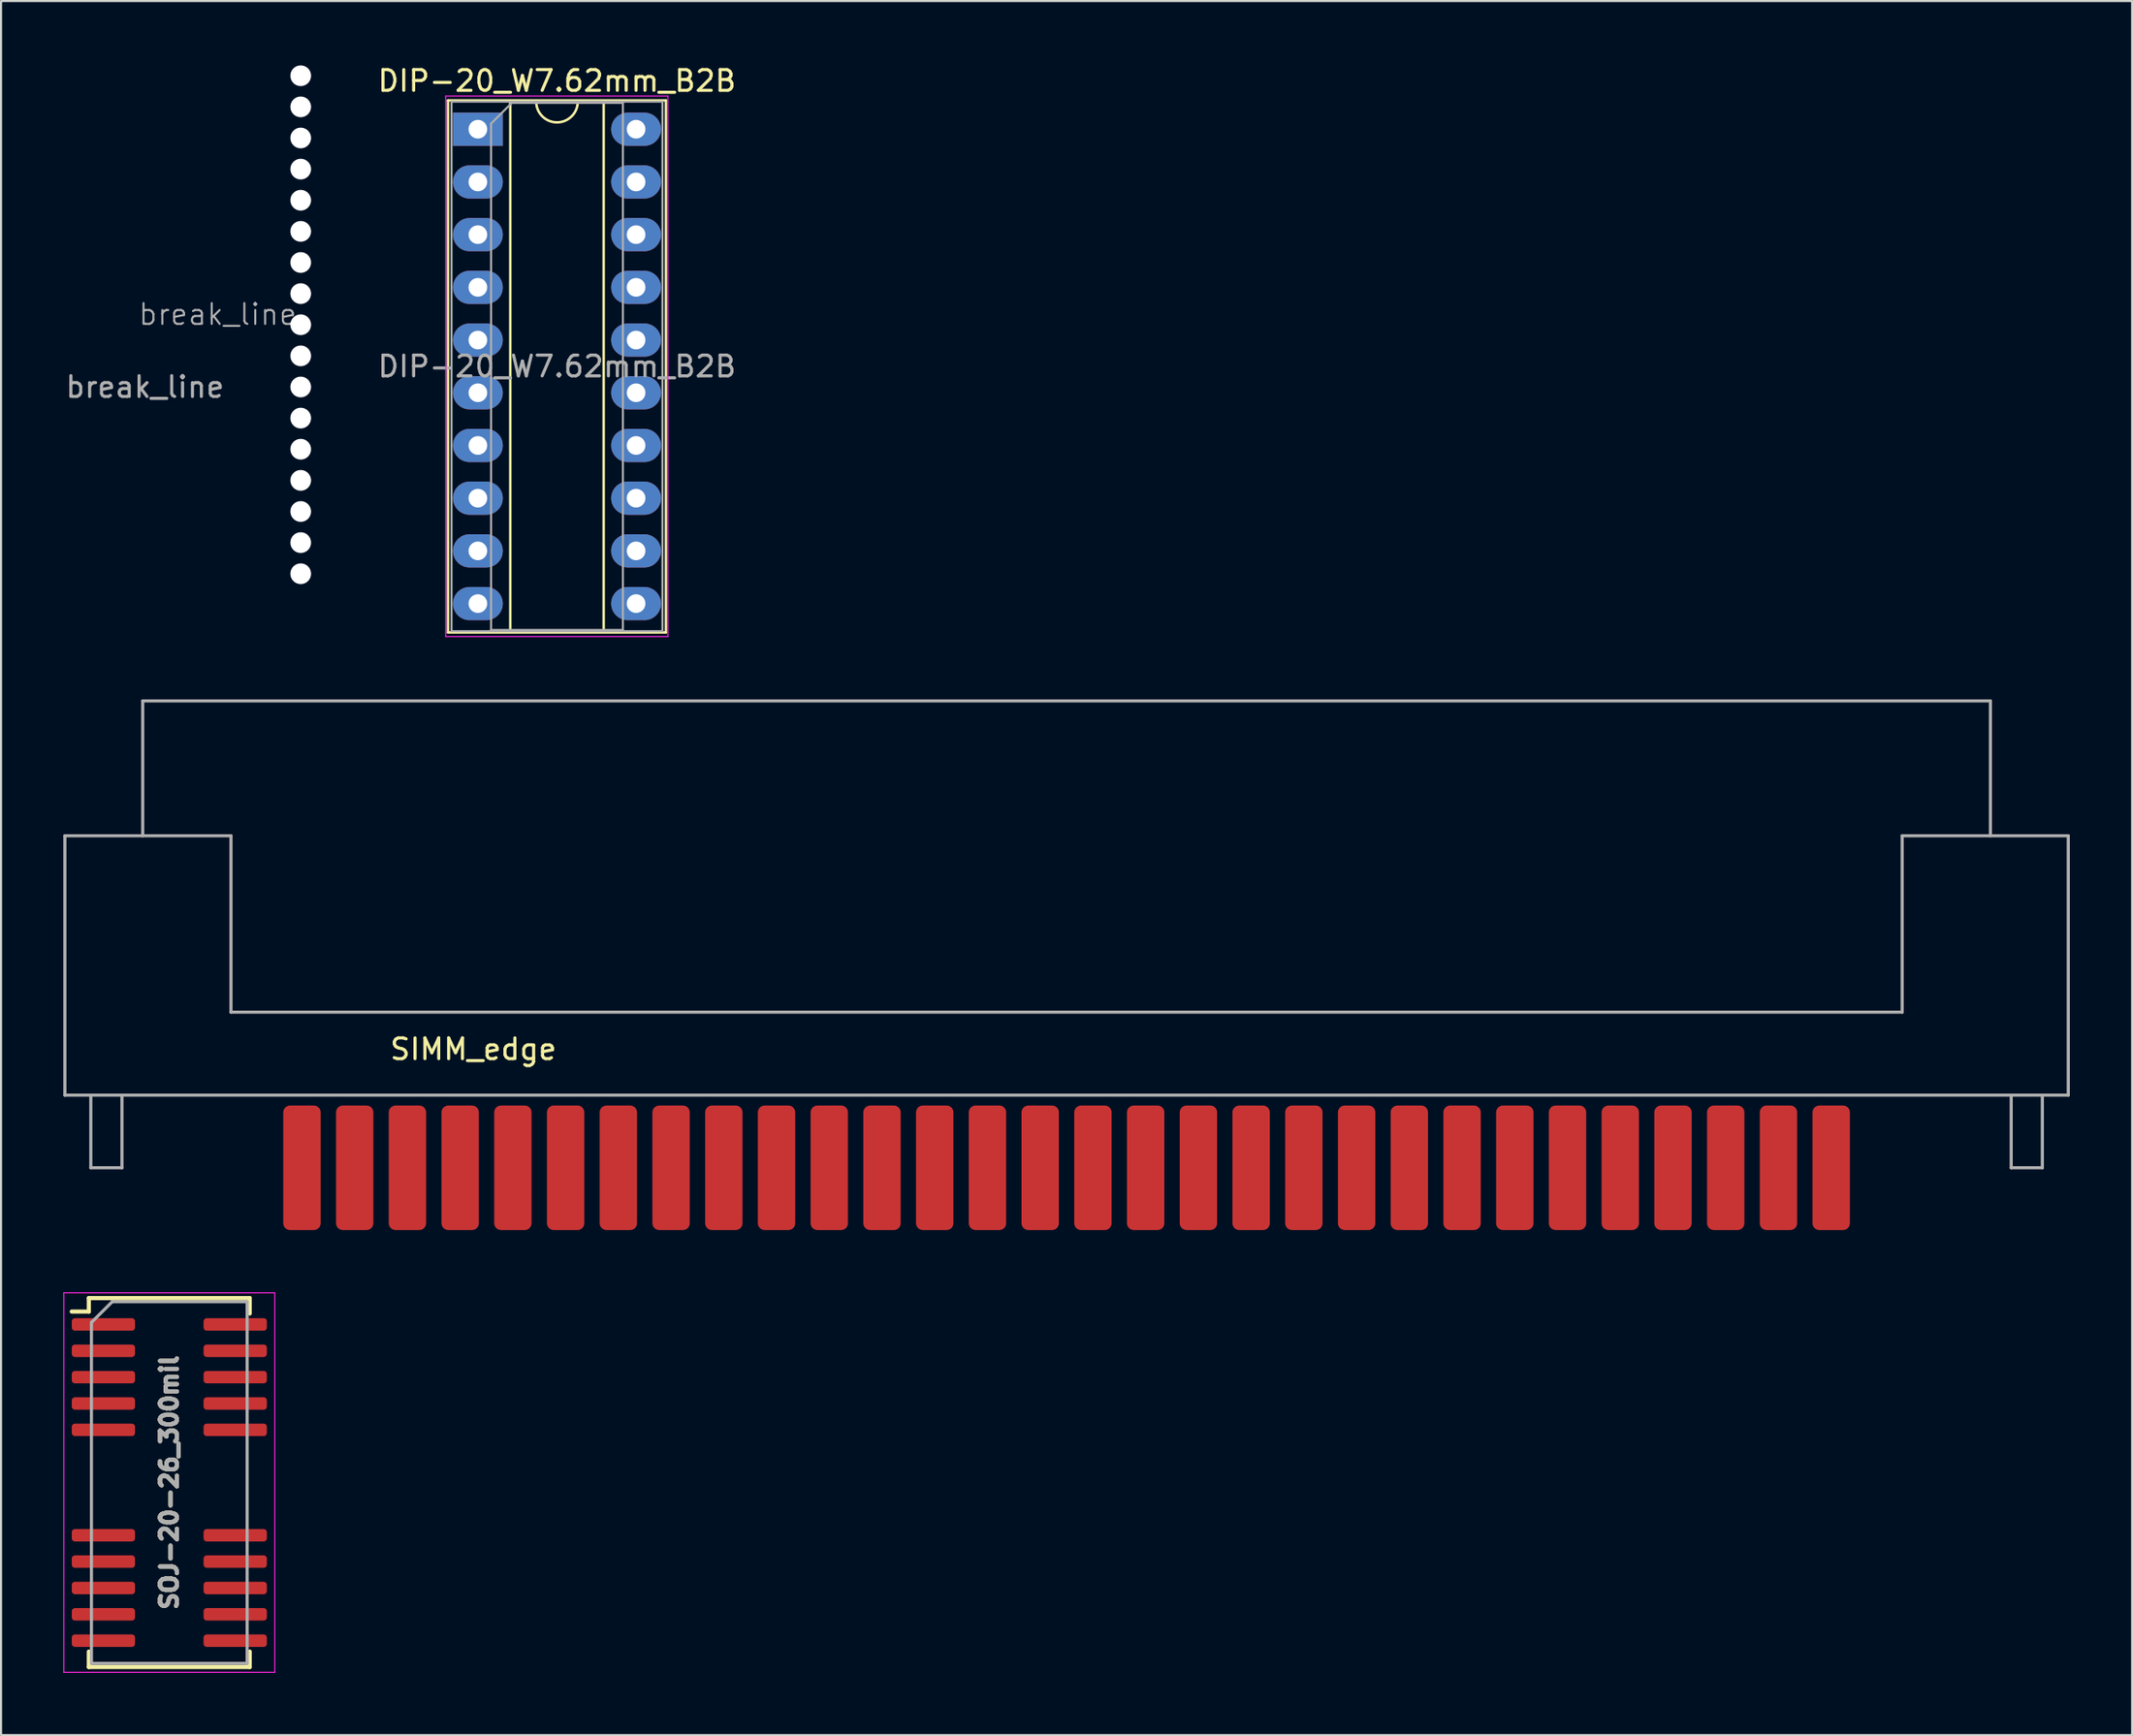
<source format=kicad_pcb>
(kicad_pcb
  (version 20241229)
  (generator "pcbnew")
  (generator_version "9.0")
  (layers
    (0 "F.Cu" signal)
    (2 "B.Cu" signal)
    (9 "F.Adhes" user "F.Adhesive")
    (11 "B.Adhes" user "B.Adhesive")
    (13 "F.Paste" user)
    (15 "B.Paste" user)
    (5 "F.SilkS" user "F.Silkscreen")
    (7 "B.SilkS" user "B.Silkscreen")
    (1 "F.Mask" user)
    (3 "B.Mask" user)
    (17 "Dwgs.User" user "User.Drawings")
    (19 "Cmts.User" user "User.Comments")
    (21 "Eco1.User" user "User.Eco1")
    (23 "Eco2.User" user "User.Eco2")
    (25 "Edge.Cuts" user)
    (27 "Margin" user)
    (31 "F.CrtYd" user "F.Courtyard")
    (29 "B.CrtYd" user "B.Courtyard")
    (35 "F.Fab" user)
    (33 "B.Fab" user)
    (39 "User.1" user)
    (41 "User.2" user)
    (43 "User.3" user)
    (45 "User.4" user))
  (footprint "SOJ-20-26_300mil"
    (layer "F.Cu")
    (at 5.105 68.397)
    (property "Reference" "SOJ-20-26_300mil" (at 0 0 90) (layer "F.Fab") (effects (font (size 0.813 0.813) (thickness 0.203))))
    (attr smd)
    (fp_line (start -3.875 -8.89) (end -3.875 -8.24) (stroke (width 0.2) (type solid)) (layer "F.SilkS"))
    (fp_line (start -3.875 -8.89) (end 3.875 -8.89) (stroke (width 0.2) (type solid)) (layer "F.SilkS"))
    (fp_line (start -3.875 -8.24) (end -4.7 -8.24) (stroke (width 0.2) (type solid)) (layer "F.SilkS"))
    (fp_line (start -3.875 8.89) (end -3.875 8.145) (stroke (width 0.2) (type solid)) (layer "F.SilkS"))
    (fp_line (start -3.875 8.89) (end 3.875 8.89) (stroke (width 0.2) (type solid)) (layer "F.SilkS"))
    (fp_line (start 3.875 -8.89) (end 3.875 -8.145) (stroke (width 0.2) (type solid)) (layer "F.SilkS"))
    (fp_line (start 3.875 8.89) (end 3.875 8.145) (stroke (width 0.2) (type solid)) (layer "F.SilkS"))
    (fp_line (start -5.08 -9.144) (end -5.08 9.144) (stroke (width 0.05) (type solid)) (layer "F.CrtYd"))
    (fp_line (start -5.08 -9.144) (end 5.08 -9.144) (stroke (width 0.05) (type solid)) (layer "F.CrtYd"))
    (fp_line (start -5.08 9.144) (end 5.08 9.144) (stroke (width 0.05) (type solid)) (layer "F.CrtYd"))
    (fp_line (start 5.08 -9.144) (end 5.08 9.144) (stroke (width 0.05) (type solid)) (layer "F.CrtYd"))
    (fp_line (start -3.75 -7.715) (end -2.75 -8.715) (stroke (width 0.15) (type solid)) (layer "F.Fab"))
    (fp_line (start -3.75 8.715) (end -3.75 -7.715) (stroke (width 0.15) (type solid)) (layer "F.Fab"))
    (fp_line (start -2.75 -8.715) (end 3.75 -8.715) (stroke (width 0.15) (type solid)) (layer "F.Fab"))
    (fp_line (start 3.75 -8.715) (end 3.75 8.715) (stroke (width 0.15) (type solid)) (layer "F.Fab"))
    (fp_line (start 3.75 8.715) (end -3.75 8.715) (stroke (width 0.15) (type solid)) (layer "F.Fab"))
    (fp_text user "${REFERENCE}" (at 0 0 90) (layer "F.SilkS") (effects (font (size 0.813 0.813) (thickness 0.203))))
    (pad "1" smd roundrect (at -3.175 -7.62) (size 3.048 0.6) (layers "F.Cu" "F.Mask" "F.Paste") (roundrect_rratio 0.25))
    (pad "2" smd roundrect (at -3.175 -6.35) (size 3.048 0.6) (layers "F.Cu" "F.Mask" "F.Paste") (roundrect_rratio 0.25))
    (pad "3" smd roundrect (at -3.175 -5.08) (size 3.048 0.6) (layers "F.Cu" "F.Mask" "F.Paste") (roundrect_rratio 0.25))
    (pad "4" smd roundrect (at -3.175 -3.81) (size 3.048 0.6) (layers "F.Cu" "F.Mask" "F.Paste") (roundrect_rratio 0.25))
    (pad "5" smd roundrect (at -3.175 -2.54) (size 3.048 0.6) (layers "F.Cu" "F.Mask" "F.Paste") (roundrect_rratio 0.25))
    (pad "6" smd roundrect (at -3.175 2.54) (size 3.048 0.6) (layers "F.Cu" "F.Mask" "F.Paste") (roundrect_rratio 0.25))
    (pad "7" smd roundrect (at -3.175 3.81) (size 3.048 0.6) (layers "F.Cu" "F.Mask" "F.Paste") (roundrect_rratio 0.25))
    (pad "8" smd roundrect (at -3.175 5.08) (size 3.048 0.6) (layers "F.Cu" "F.Mask" "F.Paste") (roundrect_rratio 0.25))
    (pad "9" smd roundrect (at -3.175 6.35) (size 3.048 0.6) (layers "F.Cu" "F.Mask" "F.Paste") (roundrect_rratio 0.25))
    (pad "10" smd roundrect (at -3.175 7.62) (size 3.048 0.6) (layers "F.Cu" "F.Mask" "F.Paste") (roundrect_rratio 0.25))
    (pad "11" smd roundrect (at 3.175 7.62) (size 3.048 0.6) (layers "F.Cu" "F.Mask" "F.Paste") (roundrect_rratio 0.25))
    (pad "12" smd roundrect (at 3.175 6.35) (size 3.048 0.6) (layers "F.Cu" "F.Mask" "F.Paste") (roundrect_rratio 0.25))
    (pad "13" smd roundrect (at 3.175 5.08) (size 3.048 0.6) (layers "F.Cu" "F.Mask" "F.Paste") (roundrect_rratio 0.25))
    (pad "14" smd roundrect (at 3.175 3.81) (size 3.048 0.6) (layers "F.Cu" "F.Mask" "F.Paste") (roundrect_rratio 0.25))
    (pad "15" smd roundrect (at 3.175 2.54) (size 3.048 0.6) (layers "F.Cu" "F.Mask" "F.Paste") (roundrect_rratio 0.25))
    (pad "16" smd roundrect (at 3.175 -2.54) (size 3.048 0.6) (layers "F.Cu" "F.Mask" "F.Paste") (roundrect_rratio 0.25))
    (pad "17" smd roundrect (at 3.175 -3.81) (size 3.048 0.6) (layers "F.Cu" "F.Mask" "F.Paste") (roundrect_rratio 0.25))
    (pad "18" smd roundrect (at 3.175 -5.08) (size 3.048 0.6) (layers "F.Cu" "F.Mask" "F.Paste") (roundrect_rratio 0.25))
    (pad "19" smd roundrect (at 3.175 -6.35) (size 3.048 0.6) (layers "F.Cu" "F.Mask" "F.Paste") (roundrect_rratio 0.25))
    (pad "20" smd roundrect (at 3.175 -7.62) (size 3.048 0.6) (layers "F.Cu" "F.Mask" "F.Paste") (roundrect_rratio 0.25)))
  (footprint "break_line"
    (layer "F.Cu")
    (at 11.435 12.6)
    (property "Reference" "break_line" (at -4 -0.5 0) (unlocked yes) (layer "F.Fab") (effects (font (size 1 1) (thickness 0.1))))
    (attr through_hole)
    (fp_text user "${REFERENCE}" (at -7.5 3 0) (unlocked yes) (layer "F.Fab") (effects (font (size 1 1) (thickness 0.15))))
    (pad "" np_thru_hole circle (at 0 -12) (size 1 1) (drill 1.2) (layers "*.Cu"))
    (pad "" np_thru_hole circle (at 0 -10.5) (size 1 1) (drill 1.2) (layers "*.Cu"))
    (pad "" np_thru_hole circle (at 0 -9) (size 1 1) (drill 1.2) (layers "*.Cu"))
    (pad "" np_thru_hole circle (at 0 -7.5) (size 1 1) (drill 1.2) (layers "*.Cu"))
    (pad "" np_thru_hole circle (at 0 -6) (size 1 1) (drill 1.2) (layers "*.Cu"))
    (pad "" np_thru_hole circle (at 0 -4.5) (size 1 1) (drill 1.2) (layers "*.Cu"))
    (pad "" np_thru_hole circle (at 0 -3) (size 1 1) (drill 1.2) (layers "*.Cu"))
    (pad "" np_thru_hole circle (at 0 -1.5) (size 1 1) (drill 1.2) (layers "*.Cu"))
    (pad "" np_thru_hole circle (at 0 0) (size 1 1) (drill 1.2) (layers "*.Cu"))
    (pad "" np_thru_hole circle (at 0 1.5) (size 1 1) (drill 1.2) (layers "*.Cu"))
    (pad "" np_thru_hole circle (at 0 3) (size 1 1) (drill 1.2) (layers "*.Cu"))
    (pad "" np_thru_hole circle (at 0 4.5) (size 1 1) (drill 1.2) (layers "*.Cu"))
    (pad "" np_thru_hole circle (at 0 6) (size 1 1) (drill 1.2) (layers "*.Cu"))
    (pad "" np_thru_hole circle (at 0 7.5) (size 1 1) (drill 1.2) (layers "*.Cu"))
    (pad "" np_thru_hole circle (at 0 9) (size 1 1) (drill 1.2) (layers "*.Cu"))
    (pad "" np_thru_hole circle (at 0 10.5) (size 1 1) (drill 1.2) (layers "*.Cu"))
    (pad "" np_thru_hole circle (at 0 12) (size 1 1) (drill 1.2) (layers "*.Cu")))
  (footprint "DIP-20_W7.62mm_B2B"
    (layer "F.Cu")
    (at 19.969 3.178)
    (property "Reference" "DIP-20_W7.62mm_B2B" (at 3.81 -2.33 0) (layer "F.SilkS") (effects (font (size 1 1) (thickness 0.15))))
    (attr through_hole)
    (fp_line (start -1.44 -1.39) (end -1.44 24.25) (stroke (width 0.12) (type solid)) (layer "F.SilkS"))
    (fp_line (start -1.44 24.25) (end 9.06 24.25) (stroke (width 0.12) (type solid)) (layer "F.SilkS"))
    (fp_line (start 1.56 -1.33) (end 1.56 24.19) (stroke (width 0.12) (type solid)) (layer "F.SilkS"))
    (fp_line (start 1.56 24.19) (end 6.06 24.19) (stroke (width 0.12) (type solid)) (layer "F.SilkS"))
    (fp_line (start 2.81 -1.33) (end 1.56 -1.33) (stroke (width 0.12) (type solid)) (layer "F.SilkS"))
    (fp_line (start 6.06 -1.33) (end 4.81 -1.33) (stroke (width 0.12) (type solid)) (layer "F.SilkS"))
    (fp_line (start 6.06 24.19) (end 6.06 -1.33) (stroke (width 0.12) (type solid)) (layer "F.SilkS"))
    (fp_line (start 9.06 -1.39) (end -1.44 -1.39) (stroke (width 0.12) (type solid)) (layer "F.SilkS"))
    (fp_line (start 9.06 24.25) (end 9.06 -1.39) (stroke (width 0.12) (type solid)) (layer "F.SilkS"))
    (fp_arc (start 4.81 -1.33) (mid 3.81 -0.33) (end 2.81 -1.33) (stroke (width 0.12) (type solid)) (layer "F.SilkS"))
    (fp_line (start -1.55 -1.6) (end -1.55 24.45) (stroke (width 0.05) (type solid)) (layer "F.CrtYd"))
    (fp_line (start -1.55 24.45) (end 9.15 24.45) (stroke (width 0.05) (type solid)) (layer "F.CrtYd"))
    (fp_line (start 9.15 -1.6) (end -1.55 -1.6) (stroke (width 0.05) (type solid)) (layer "F.CrtYd"))
    (fp_line (start 9.15 24.45) (end 9.15 -1.6) (stroke (width 0.05) (type solid)) (layer "F.CrtYd"))
    (fp_line (start -1.27 -1.33) (end -1.27 24.19) (stroke (width 0.1) (type solid)) (layer "F.Fab"))
    (fp_line (start -1.27 24.19) (end 8.89 24.19) (stroke (width 0.1) (type solid)) (layer "F.Fab"))
    (fp_line (start 0.635 -0.27) (end 1.635 -1.27) (stroke (width 0.1) (type solid)) (layer "F.Fab"))
    (fp_line (start 0.635 24.13) (end 0.635 -0.27) (stroke (width 0.1) (type solid)) (layer "F.Fab"))
    (fp_line (start 1.635 -1.27) (end 6.985 -1.27) (stroke (width 0.1) (type solid)) (layer "F.Fab"))
    (fp_line (start 6.985 -1.27) (end 6.985 24.13) (stroke (width 0.1) (type solid)) (layer "F.Fab"))
    (fp_line (start 6.985 24.13) (end 0.635 24.13) (stroke (width 0.1) (type solid)) (layer "F.Fab"))
    (fp_line (start 8.89 -1.33) (end -1.27 -1.33) (stroke (width 0.1) (type solid)) (layer "F.Fab"))
    (fp_line (start 8.89 24.19) (end 8.89 -1.33) (stroke (width 0.1) (type solid)) (layer "F.Fab"))
    (fp_text user "${REFERENCE}" (at 3.81 11.43 0) (layer "F.Fab") (effects (font (size 1 1) (thickness 0.15))))
    (pad "1" thru_hole rect (at 0 0) (size 2.4 1.6) (drill 0.9) (layers "*.Cu" "*.Mask"))
    (pad "2" thru_hole oval (at 0 2.54) (size 2.4 1.6) (drill 0.9) (layers "*.Cu" "*.Mask"))
    (pad "3" thru_hole oval (at 0 5.08) (size 2.4 1.6) (drill 0.9) (layers "*.Cu" "*.Mask"))
    (pad "4" thru_hole oval (at 0 7.62) (size 2.4 1.6) (drill 0.9) (layers "*.Cu" "*.Mask"))
    (pad "5" thru_hole oval (at 0 10.16) (size 2.4 1.6) (drill 0.9) (layers "*.Cu" "*.Mask"))
    (pad "6" thru_hole oval (at 0 12.7) (size 2.4 1.6) (drill 0.9) (layers "*.Cu" "*.Mask"))
    (pad "7" thru_hole oval (at 0 15.24) (size 2.4 1.6) (drill 0.9) (layers "*.Cu" "*.Mask"))
    (pad "8" thru_hole oval (at 0 17.78) (size 2.4 1.6) (drill 0.9) (layers "*.Cu" "*.Mask"))
    (pad "9" thru_hole oval (at 0 20.32) (size 2.4 1.6) (drill 0.9) (layers "*.Cu" "*.Mask"))
    (pad "10" thru_hole oval (at 0 22.86) (size 2.4 1.6) (drill 0.9) (layers "*.Cu" "*.Mask"))
    (pad "11" thru_hole oval (at 7.62 22.86) (size 2.4 1.6) (drill 0.9) (layers "*.Cu" "*.Mask"))
    (pad "12" thru_hole oval (at 7.62 20.32) (size 2.4 1.6) (drill 0.9) (layers "*.Cu" "*.Mask"))
    (pad "13" thru_hole oval (at 7.62 17.78) (size 2.4 1.6) (drill 0.9) (layers "*.Cu" "*.Mask"))
    (pad "14" thru_hole oval (at 7.62 15.24) (size 2.4 1.6) (drill 0.9) (layers "*.Cu" "*.Mask"))
    (pad "15" thru_hole oval (at 7.62 12.7) (size 2.4 1.6) (drill 0.9) (layers "*.Cu" "*.Mask"))
    (pad "16" thru_hole oval (at 7.62 10.16) (size 2.4 1.6) (drill 0.9) (layers "*.Cu" "*.Mask"))
    (pad "17" thru_hole oval (at 7.62 7.62) (size 2.4 1.6) (drill 0.9) (layers "*.Cu" "*.Mask"))
    (pad "18" thru_hole oval (at 7.62 5.08) (size 2.4 1.6) (drill 0.9) (layers "*.Cu" "*.Mask"))
    (pad "19" thru_hole oval (at 7.62 2.54) (size 2.4 1.6) (drill 0.9) (layers "*.Cu" "*.Mask"))
    (pad "20" thru_hole oval (at 7.62 0) (size 2.4 1.6) (drill 0.9) (layers "*.Cu" "*.Mask")))
  (footprint "SIMM_edge"
    (layer "F.Cu")
    (at 48.325 53.228)
    (property "Reference" "SIMM_edge" (at -28.575 -5.715 0) (layer "F.SilkS") (effects (font (size 1 1) (thickness 0.15))))
    (attr through_hole)
    (fp_line (start -48.25 -3.5) (end -48.25 -16) (stroke (width 0.15) (type solid)) (layer "F.Fab"))
    (fp_line (start -47 -3.5) (end -47 0) (stroke (width 0.15) (type default)) (layer "F.Fab"))
    (fp_line (start -47 0) (end -45.5 0) (stroke (width 0.15) (type default)) (layer "F.Fab"))
    (fp_line (start -45.5 0) (end -45.5 -3.5) (stroke (width 0.15) (type default)) (layer "F.Fab"))
    (fp_line (start -44.5 -22.5) (end 44.5 -22.5) (stroke (width 0.15) (type solid)) (layer "F.Fab"))
    (fp_line (start -44.5 -16) (end -44.5 -22.5) (stroke (width 0.15) (type solid)) (layer "F.Fab"))
    (fp_line (start -40.25 -16) (end -48.25 -16) (stroke (width 0.15) (type solid)) (layer "F.Fab"))
    (fp_line (start -40.25 -7.5) (end -40.25 -16) (stroke (width 0.15) (type solid)) (layer "F.Fab"))
    (fp_line (start -40.25 -7.5) (end 40.25 -7.5) (stroke (width 0.15) (type solid)) (layer "F.Fab"))
    (fp_line (start 40.25 -7.5) (end 40.25 -16) (stroke (width 0.15) (type solid)) (layer "F.Fab"))
    (fp_line (start 44.5 -16) (end 44.5 -22.5) (stroke (width 0.15) (type solid)) (layer "F.Fab"))
    (fp_line (start 45.5 -3.5) (end 45.5 0) (stroke (width 0.15) (type default)) (layer "F.Fab"))
    (fp_line (start 45.5 0) (end 47 0) (stroke (width 0.15) (type default)) (layer "F.Fab"))
    (fp_line (start 47 0) (end 47 -3.5) (stroke (width 0.15) (type default)) (layer "F.Fab"))
    (fp_line (start 48.25 -16) (end 40.25 -16) (stroke (width 0.15) (type solid)) (layer "F.Fab"))
    (fp_line (start 48.25 -16) (end 48.25 -3.5) (stroke (width 0.15) (type solid)) (layer "F.Fab"))
    (fp_line (start 48.25 -3.5) (end -48.25 -3.5) (stroke (width 0.15) (type solid)) (layer "F.Fab"))
    (pad "1" connect roundrect (at -36.83 0) (size 1.8 6) (layers "F.Cu" "F.Mask") (roundrect_rratio 0.179))
    (pad "2" connect roundrect (at -34.29 0) (size 1.8 6) (layers "F.Cu" "F.Mask") (roundrect_rratio 0.179))
    (pad "3" smd roundrect (at -31.75 0) (size 1.8 6) (layers "F.Cu" "F.Mask" "F.Paste") (roundrect_rratio 0.179))
    (pad "4" connect roundrect (at -29.21 0) (size 1.8 6) (layers "F.Cu" "F.Mask") (roundrect_rratio 0.179))
    (pad "5" connect roundrect (at -26.67 0) (size 1.8 6) (layers "F.Cu" "F.Mask") (roundrect_rratio 0.179))
    (pad "6" connect roundrect (at -24.13 0) (size 1.8 6) (layers "F.Cu" "F.Mask") (roundrect_rratio 0.179))
    (pad "7" connect roundrect (at -21.59 0) (size 1.8 6) (layers "F.Cu" "F.Mask") (roundrect_rratio 0.179))
    (pad "8" connect roundrect (at -19.05 0) (size 1.8 6) (layers "F.Cu" "F.Mask") (roundrect_rratio 0.179))
    (pad "9" connect roundrect (at -16.51 0) (size 1.8 6) (layers "F.Cu" "F.Mask") (roundrect_rratio 0.179))
    (pad "10" connect roundrect (at -13.97 0) (size 1.8 6) (layers "F.Cu" "F.Mask") (roundrect_rratio 0.179))
    (pad "11" connect roundrect (at -11.43 0) (size 1.8 6) (layers "F.Cu" "F.Mask") (roundrect_rratio 0.179))
    (pad "12" connect roundrect (at -8.89 0) (size 1.8 6) (layers "F.Cu" "F.Mask") (roundrect_rratio 0.179))
    (pad "13" connect roundrect (at -6.35 0) (size 1.8 6) (layers "F.Cu" "F.Mask") (roundrect_rratio 0.179))
    (pad "14" connect roundrect (at -3.81 0) (size 1.8 6) (layers "F.Cu" "F.Mask") (roundrect_rratio 0.179))
    (pad "15" connect roundrect (at -1.27 0) (size 1.8 6) (layers "F.Cu" "F.Mask") (roundrect_rratio 0.179))
    (pad "16" connect roundrect (at 1.27 0) (size 1.8 6) (layers "F.Cu" "F.Mask") (roundrect_rratio 0.179))
    (pad "17" connect roundrect (at 3.81 0) (size 1.8 6) (layers "F.Cu" "F.Mask") (roundrect_rratio 0.179))
    (pad "18" connect roundrect (at 6.35 0) (size 1.8 6) (layers "F.Cu" "F.Mask") (roundrect_rratio 0.179))
    (pad "19" connect roundrect (at 8.89 0) (size 1.8 6) (layers "F.Cu" "F.Mask") (roundrect_rratio 0.179))
    (pad "20" connect roundrect (at 11.43 0) (size 1.8 6) (layers "F.Cu" "F.Mask") (roundrect_rratio 0.179))
    (pad "21" connect roundrect (at 13.97 0) (size 1.8 6) (layers "F.Cu" "F.Mask") (roundrect_rratio 0.179))
    (pad "22" connect roundrect (at 16.51 0) (size 1.8 6) (layers "F.Cu" "F.Mask") (roundrect_rratio 0.179))
    (pad "23" connect roundrect (at 19.05 0) (size 1.8 6) (layers "F.Cu" "F.Mask") (roundrect_rratio 0.179))
    (pad "24" connect roundrect (at 21.59 0) (size 1.8 6) (layers "F.Cu" "F.Mask") (roundrect_rratio 0.179))
    (pad "25" connect roundrect (at 24.13 0) (size 1.8 6) (layers "F.Cu" "F.Mask") (roundrect_rratio 0.179))
    (pad "26" connect roundrect (at 26.67 0) (size 1.8 6) (layers "F.Cu" "F.Mask") (roundrect_rratio 0.179))
    (pad "27" connect roundrect (at 29.21 0) (size 1.8 6) (layers "F.Cu" "F.Mask") (roundrect_rratio 0.179))
    (pad "28" connect roundrect (at 31.75 0) (size 1.8 6) (layers "F.Cu" "F.Mask") (roundrect_rratio 0.179))
    (pad "29" connect roundrect (at 34.29 0) (size 1.8 6) (layers "F.Cu" "F.Mask") (roundrect_rratio 0.179))
    (pad "30" connect roundrect (at 36.83 0) (size 1.8 6) (layers "F.Cu" "F.Mask") (roundrect_rratio 0.179)))
  (gr_rect
    (start -3 -3)
    (end 99.65 80.566)
    (stroke (width 0.1) (type default))
    (fill no)
    (layer "Edge.Cuts")))
</source>
